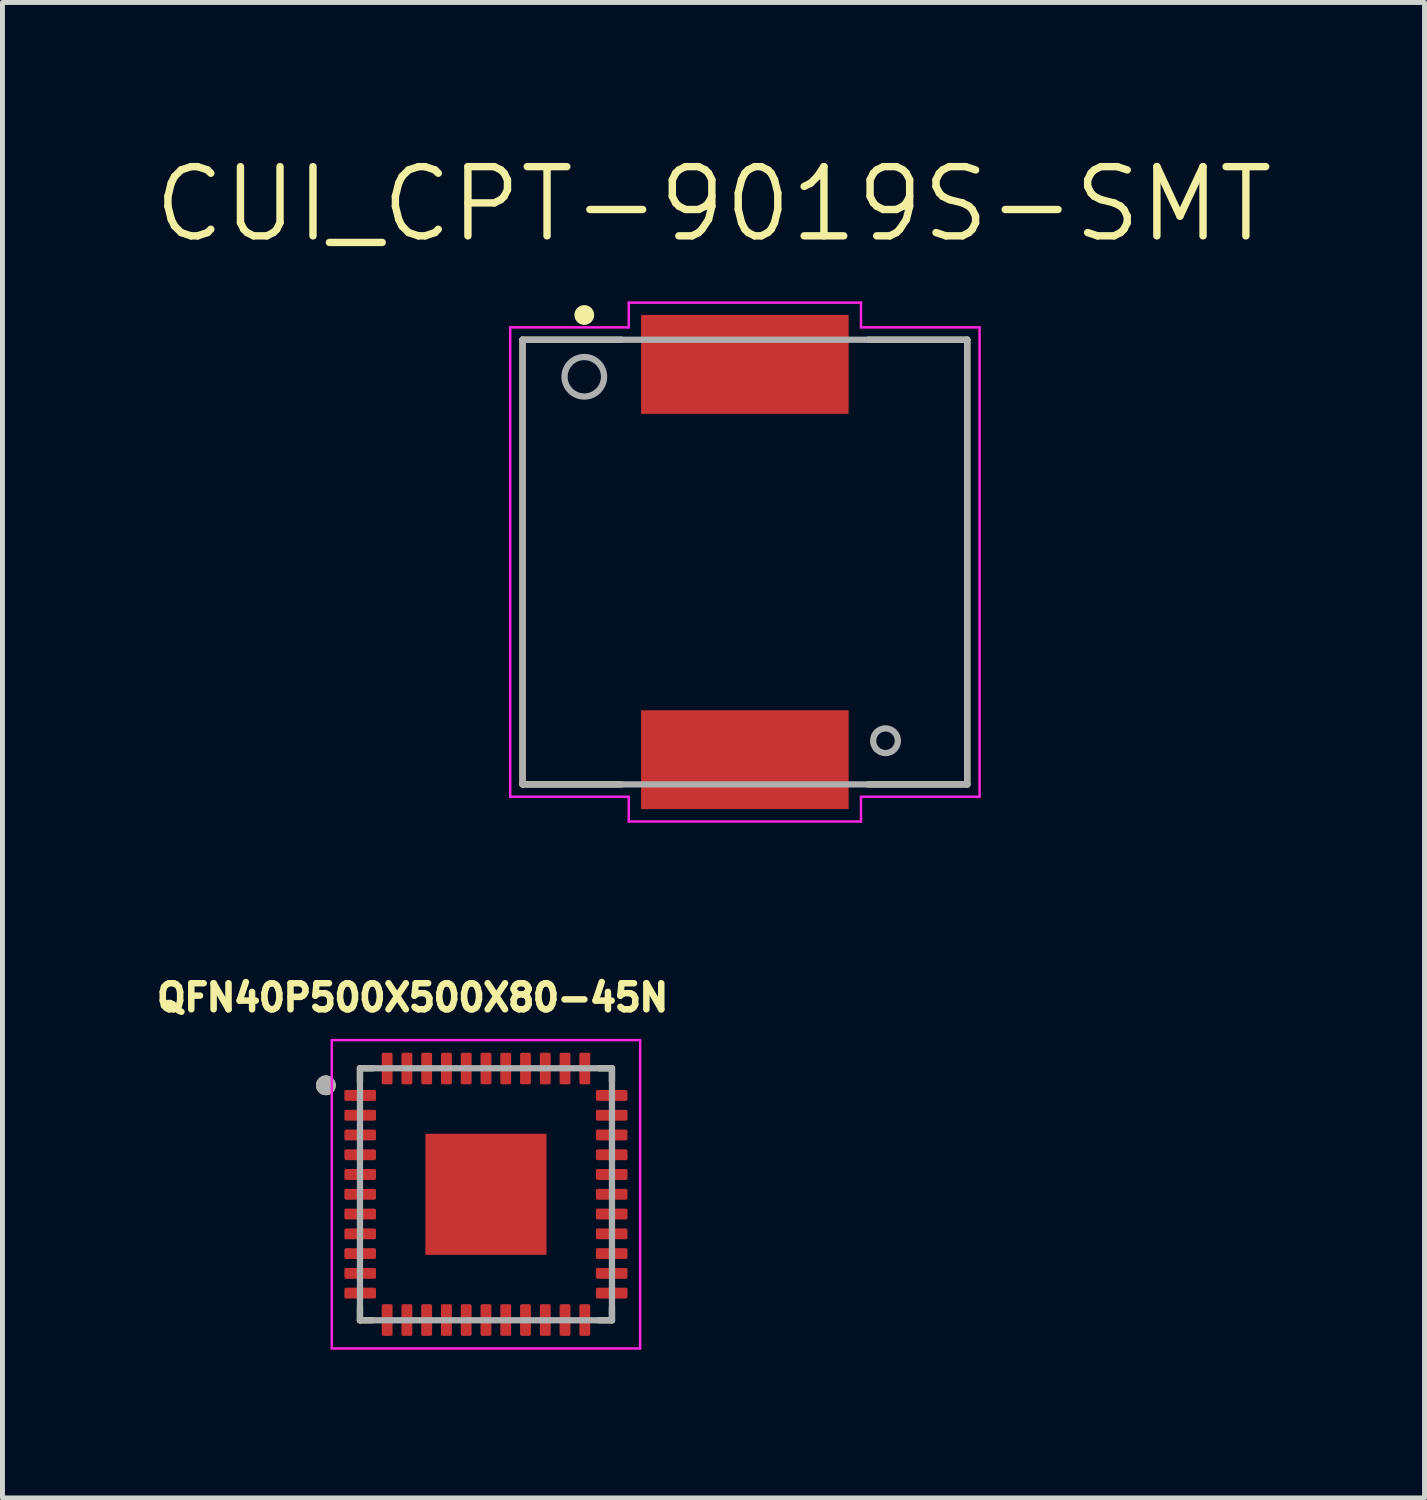
<source format=kicad_pcb>
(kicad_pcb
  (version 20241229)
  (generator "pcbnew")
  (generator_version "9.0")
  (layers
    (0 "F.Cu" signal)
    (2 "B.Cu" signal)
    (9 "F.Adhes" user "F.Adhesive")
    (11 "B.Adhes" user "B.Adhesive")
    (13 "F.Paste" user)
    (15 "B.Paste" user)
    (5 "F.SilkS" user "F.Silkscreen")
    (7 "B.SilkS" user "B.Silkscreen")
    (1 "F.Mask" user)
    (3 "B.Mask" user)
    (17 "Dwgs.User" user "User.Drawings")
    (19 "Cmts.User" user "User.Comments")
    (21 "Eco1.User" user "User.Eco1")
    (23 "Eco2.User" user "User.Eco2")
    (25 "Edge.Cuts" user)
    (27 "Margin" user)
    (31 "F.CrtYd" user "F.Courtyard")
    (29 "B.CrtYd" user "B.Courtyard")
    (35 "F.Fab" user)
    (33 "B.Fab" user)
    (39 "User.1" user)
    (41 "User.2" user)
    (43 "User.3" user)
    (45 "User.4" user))
  (footprint "QFN40P500X500X80-45N"
    (layer "F.Cu")
    (at 6.785 21.12)
    (property "Reference" "QFN40P500X500X80-45N" (at -1.484 -3.981 0) (layer "F.SilkS") (effects (font (size 0.527 0.527) (thickness 0.132))))
    (attr smd)
    (fp_line (start -2.55 -2.55) (end -2.29 -2.55) (stroke (width 0.127) (type solid)) (layer "F.SilkS"))
    (fp_line (start -2.55 -2.29) (end -2.55 -2.55) (stroke (width 0.127) (type solid)) (layer "F.SilkS"))
    (fp_line (start -2.55 2.55) (end -2.55 2.29) (stroke (width 0.127) (type solid)) (layer "F.SilkS"))
    (fp_line (start -2.29 2.55) (end -2.55 2.55) (stroke (width 0.127) (type solid)) (layer "F.SilkS"))
    (fp_line (start 2.29 -2.55) (end 2.55 -2.55) (stroke (width 0.127) (type solid)) (layer "F.SilkS"))
    (fp_line (start 2.29 2.55) (end 2.55 2.55) (stroke (width 0.127) (type solid)) (layer "F.SilkS"))
    (fp_line (start 2.55 -2.55) (end 2.55 -2.29) (stroke (width 0.127) (type solid)) (layer "F.SilkS"))
    (fp_line (start 2.55 2.55) (end 2.55 2.29) (stroke (width 0.127) (type solid)) (layer "F.SilkS"))
    (fp_circle (center -3.24 -2.205) (end -3.14 -2.205) (stroke (width 0.2) (type solid)) (fill no) (layer "F.SilkS"))
    (fp_poly (pts (xy -0.77 -0.77) (xy 0.77 -0.77) (xy 0.77 0.77) (xy -0.77 0.77)) (stroke (width 0.01) (type solid)) (fill yes) (layer "F.Paste"))
    (fp_line (start -3.12 -3.12) (end 3.12 -3.12) (stroke (width 0.05) (type solid)) (layer "F.CrtYd"))
    (fp_line (start -3.12 3.12) (end -3.12 -3.12) (stroke (width 0.05) (type solid)) (layer "F.CrtYd"))
    (fp_line (start 3.12 -3.12) (end 3.12 3.12) (stroke (width 0.05) (type solid)) (layer "F.CrtYd"))
    (fp_line (start 3.12 3.12) (end -3.12 3.12) (stroke (width 0.05) (type solid)) (layer "F.CrtYd"))
    (fp_line (start -2.55 -2.55) (end 2.55 -2.55) (stroke (width 0.127) (type solid)) (layer "F.Fab"))
    (fp_line (start -2.55 2.55) (end -2.55 -2.55) (stroke (width 0.127) (type solid)) (layer "F.Fab"))
    (fp_line (start 2.55 -2.55) (end 2.55 2.55) (stroke (width 0.127) (type solid)) (layer "F.Fab"))
    (fp_line (start 2.55 2.55) (end -2.55 2.55) (stroke (width 0.127) (type solid)) (layer "F.Fab"))
    (fp_circle (center -3.24 -2.205) (end -3.14 -2.205) (stroke (width 0.2) (type solid)) (fill no) (layer "F.Fab"))
    (pad "1" smd roundrect (at -2.545 -2) (size 0.64 0.22) (layers "F.Cu" "F.Mask" "F.Paste") (roundrect_rratio 0.15))
    (pad "2" smd roundrect (at -2.545 -1.6) (size 0.64 0.22) (layers "F.Cu" "F.Mask" "F.Paste") (roundrect_rratio 0.15))
    (pad "3" smd roundrect (at -2.545 -1.2) (size 0.64 0.22) (layers "F.Cu" "F.Mask" "F.Paste") (roundrect_rratio 0.15))
    (pad "4" smd roundrect (at -2.545 -0.8) (size 0.64 0.22) (layers "F.Cu" "F.Mask" "F.Paste") (roundrect_rratio 0.15))
    (pad "5" smd roundrect (at -2.545 -0.4) (size 0.64 0.22) (layers "F.Cu" "F.Mask" "F.Paste") (roundrect_rratio 0.15))
    (pad "6" smd roundrect (at -2.545 0) (size 0.64 0.22) (layers "F.Cu" "F.Mask" "F.Paste") (roundrect_rratio 0.15))
    (pad "7" smd roundrect (at -2.545 0.4) (size 0.64 0.22) (layers "F.Cu" "F.Mask" "F.Paste") (roundrect_rratio 0.15))
    (pad "8" smd roundrect (at -2.545 0.8) (size 0.64 0.22) (layers "F.Cu" "F.Mask" "F.Paste") (roundrect_rratio 0.15))
    (pad "9" smd roundrect (at -2.545 1.2) (size 0.64 0.22) (layers "F.Cu" "F.Mask" "F.Paste") (roundrect_rratio 0.15))
    (pad "10" smd roundrect (at -2.545 1.6) (size 0.64 0.22) (layers "F.Cu" "F.Mask" "F.Paste") (roundrect_rratio 0.15))
    (pad "11" smd roundrect (at -2.545 2) (size 0.64 0.22) (layers "F.Cu" "F.Mask" "F.Paste") (roundrect_rratio 0.15))
    (pad "12" smd roundrect (at -2 2.545) (size 0.22 0.64) (layers "F.Cu" "F.Mask" "F.Paste") (roundrect_rratio 0.15))
    (pad "13" smd roundrect (at -1.6 2.545) (size 0.22 0.64) (layers "F.Cu" "F.Mask" "F.Paste") (roundrect_rratio 0.15))
    (pad "14" smd roundrect (at -1.2 2.545) (size 0.22 0.64) (layers "F.Cu" "F.Mask" "F.Paste") (roundrect_rratio 0.15))
    (pad "15" smd roundrect (at -0.8 2.545) (size 0.22 0.64) (layers "F.Cu" "F.Mask" "F.Paste") (roundrect_rratio 0.15))
    (pad "16" smd roundrect (at -0.4 2.545) (size 0.22 0.64) (layers "F.Cu" "F.Mask" "F.Paste") (roundrect_rratio 0.15))
    (pad "17" smd roundrect (at 0 2.545) (size 0.22 0.64) (layers "F.Cu" "F.Mask" "F.Paste") (roundrect_rratio 0.15))
    (pad "18" smd roundrect (at 0.4 2.545) (size 0.22 0.64) (layers "F.Cu" "F.Mask" "F.Paste") (roundrect_rratio 0.15))
    (pad "19" smd roundrect (at 0.8 2.545) (size 0.22 0.64) (layers "F.Cu" "F.Mask" "F.Paste") (roundrect_rratio 0.15))
    (pad "20" smd roundrect (at 1.2 2.545) (size 0.22 0.64) (layers "F.Cu" "F.Mask" "F.Paste") (roundrect_rratio 0.15))
    (pad "21" smd roundrect (at 1.6 2.545) (size 0.22 0.64) (layers "F.Cu" "F.Mask" "F.Paste") (roundrect_rratio 0.15))
    (pad "22" smd roundrect (at 2 2.545) (size 0.22 0.64) (layers "F.Cu" "F.Mask" "F.Paste") (roundrect_rratio 0.15))
    (pad "23" smd roundrect (at 2.545 2) (size 0.64 0.22) (layers "F.Cu" "F.Mask" "F.Paste") (roundrect_rratio 0.15))
    (pad "24" smd roundrect (at 2.545 1.6) (size 0.64 0.22) (layers "F.Cu" "F.Mask" "F.Paste") (roundrect_rratio 0.15))
    (pad "25" smd roundrect (at 2.545 1.2) (size 0.64 0.22) (layers "F.Cu" "F.Mask" "F.Paste") (roundrect_rratio 0.15))
    (pad "26" smd roundrect (at 2.545 0.8) (size 0.64 0.22) (layers "F.Cu" "F.Mask" "F.Paste") (roundrect_rratio 0.15))
    (pad "27" smd roundrect (at 2.545 0.4) (size 0.64 0.22) (layers "F.Cu" "F.Mask" "F.Paste") (roundrect_rratio 0.15))
    (pad "28" smd roundrect (at 2.545 0) (size 0.64 0.22) (layers "F.Cu" "F.Mask" "F.Paste") (roundrect_rratio 0.15))
    (pad "29" smd roundrect (at 2.545 -0.4) (size 0.64 0.22) (layers "F.Cu" "F.Mask" "F.Paste") (roundrect_rratio 0.15))
    (pad "30" smd roundrect (at 2.545 -0.8) (size 0.64 0.22) (layers "F.Cu" "F.Mask" "F.Paste") (roundrect_rratio 0.15))
    (pad "31" smd roundrect (at 2.545 -1.2) (size 0.64 0.22) (layers "F.Cu" "F.Mask" "F.Paste") (roundrect_rratio 0.15))
    (pad "32" smd roundrect (at 2.545 -1.6) (size 0.64 0.22) (layers "F.Cu" "F.Mask" "F.Paste") (roundrect_rratio 0.15))
    (pad "33" smd roundrect (at 2.545 -2) (size 0.64 0.22) (layers "F.Cu" "F.Mask" "F.Paste") (roundrect_rratio 0.15))
    (pad "34" smd roundrect (at 2 -2.545) (size 0.22 0.64) (layers "F.Cu" "F.Mask" "F.Paste") (roundrect_rratio 0.15))
    (pad "35" smd roundrect (at 1.6 -2.545) (size 0.22 0.64) (layers "F.Cu" "F.Mask" "F.Paste") (roundrect_rratio 0.15))
    (pad "36" smd roundrect (at 1.2 -2.545) (size 0.22 0.64) (layers "F.Cu" "F.Mask" "F.Paste") (roundrect_rratio 0.15))
    (pad "37" smd roundrect (at 0.8 -2.545) (size 0.22 0.64) (layers "F.Cu" "F.Mask" "F.Paste") (roundrect_rratio 0.15))
    (pad "38" smd roundrect (at 0.4 -2.545) (size 0.22 0.64) (layers "F.Cu" "F.Mask" "F.Paste") (roundrect_rratio 0.15))
    (pad "39" smd roundrect (at 0 -2.545) (size 0.22 0.64) (layers "F.Cu" "F.Mask" "F.Paste") (roundrect_rratio 0.15))
    (pad "40" smd roundrect (at -0.4 -2.545) (size 0.22 0.64) (layers "F.Cu" "F.Mask" "F.Paste") (roundrect_rratio 0.15))
    (pad "41" smd roundrect (at -0.8 -2.545) (size 0.22 0.64) (layers "F.Cu" "F.Mask" "F.Paste") (roundrect_rratio 0.15))
    (pad "42" smd roundrect (at -1.2 -2.545) (size 0.22 0.64) (layers "F.Cu" "F.Mask" "F.Paste") (roundrect_rratio 0.15))
    (pad "43" smd roundrect (at -1.6 -2.545) (size 0.22 0.64) (layers "F.Cu" "F.Mask" "F.Paste") (roundrect_rratio 0.15))
    (pad "44" smd roundrect (at -2 -2.545) (size 0.22 0.64) (layers "F.Cu" "F.Mask" "F.Paste") (roundrect_rratio 0.15))
    (pad "45" smd rect (at 0 0) (size 2.45 2.45) (layers "F.Cu" "F.Mask")))
  (footprint "CUI_CPT-9019S-SMT"
    (layer "F.Cu")
    (at 12.025 8.325)
    (property "Reference" "CUI_CPT-9019S-SMT" (at -0.635 -7.242 0) (layer "F.SilkS") (effects (font (size 1.401 1.401) (thickness 0.15))))
    (attr smd)
    (fp_line (start -4.5 -4.5) (end -4.5 4.5) (stroke (width 0.127) (type solid)) (layer "F.SilkS"))
    (fp_line (start -4.5 4.5) (end -2.5 4.5) (stroke (width 0.127) (type solid)) (layer "F.SilkS"))
    (fp_line (start -2.5 -4.5) (end -4.5 -4.5) (stroke (width 0.127) (type solid)) (layer "F.SilkS"))
    (fp_line (start 2.5 4.5) (end 4.5 4.5) (stroke (width 0.127) (type solid)) (layer "F.SilkS"))
    (fp_line (start 4.5 -4.5) (end 2.5 -4.5) (stroke (width 0.127) (type solid)) (layer "F.SilkS"))
    (fp_line (start 4.5 4.5) (end 4.5 -4.5) (stroke (width 0.127) (type solid)) (layer "F.SilkS"))
    (fp_circle (center -3.25 -5) (end -3.15 -5) (stroke (width 0.2) (type solid)) (fill no) (layer "F.SilkS"))
    (fp_line (start -4.75 -4.75) (end -2.35 -4.75) (stroke (width 0.05) (type solid)) (layer "F.CrtYd"))
    (fp_line (start -4.75 4.75) (end -4.75 -4.75) (stroke (width 0.05) (type solid)) (layer "F.CrtYd"))
    (fp_line (start -2.35 -5.25) (end 2.35 -5.25) (stroke (width 0.05) (type solid)) (layer "F.CrtYd"))
    (fp_line (start -2.35 -4.75) (end -2.35 -5.25) (stroke (width 0.05) (type solid)) (layer "F.CrtYd"))
    (fp_line (start -2.35 4.75) (end -4.75 4.75) (stroke (width 0.05) (type solid)) (layer "F.CrtYd"))
    (fp_line (start -2.35 5.25) (end -2.35 4.75) (stroke (width 0.05) (type solid)) (layer "F.CrtYd"))
    (fp_line (start 2.35 -5.25) (end 2.35 -4.75) (stroke (width 0.05) (type solid)) (layer "F.CrtYd"))
    (fp_line (start 2.35 -4.75) (end 4.75 -4.75) (stroke (width 0.05) (type solid)) (layer "F.CrtYd"))
    (fp_line (start 2.35 4.75) (end 2.35 5.25) (stroke (width 0.05) (type solid)) (layer "F.CrtYd"))
    (fp_line (start 2.35 5.25) (end -2.35 5.25) (stroke (width 0.05) (type solid)) (layer "F.CrtYd"))
    (fp_line (start 4.75 -4.75) (end 4.75 4.75) (stroke (width 0.05) (type solid)) (layer "F.CrtYd"))
    (fp_line (start 4.75 4.75) (end 2.35 4.75) (stroke (width 0.05) (type solid)) (layer "F.CrtYd"))
    (fp_line (start -4.5 -4.5) (end 4.5 -4.5) (stroke (width 0.127) (type solid)) (layer "F.Fab"))
    (fp_line (start -4.5 4.5) (end -4.5 -4.5) (stroke (width 0.127) (type solid)) (layer "F.Fab"))
    (fp_line (start 4.5 -4.5) (end 4.5 4.5) (stroke (width 0.127) (type solid)) (layer "F.Fab"))
    (fp_line (start 4.5 4.5) (end -4.5 4.5) (stroke (width 0.127) (type solid)) (layer "F.Fab"))
    (fp_circle (center -3.25 -3.75) (end -2.85 -3.75) (stroke (width 0.127) (type solid)) (fill no) (layer "F.Fab"))
    (fp_circle (center 2.846 3.616) (end 3.096 3.616) (stroke (width 0.127) (type solid)) (fill no) (layer "F.Fab"))
    (pad "1" smd rect (at 0 -4) (size 4.2 2) (layers "F.Cu" "F.Mask" "F.Paste"))
    (pad "2" smd rect (at 0 4) (size 4.2 2) (layers "F.Cu" "F.Mask" "F.Paste")))
  (gr_rect
    (start -3 -3)
    (end 25.78 27.265)
    (stroke (width 0.1) (type default))
    (fill no)
    (layer "Edge.Cuts")))
</source>
